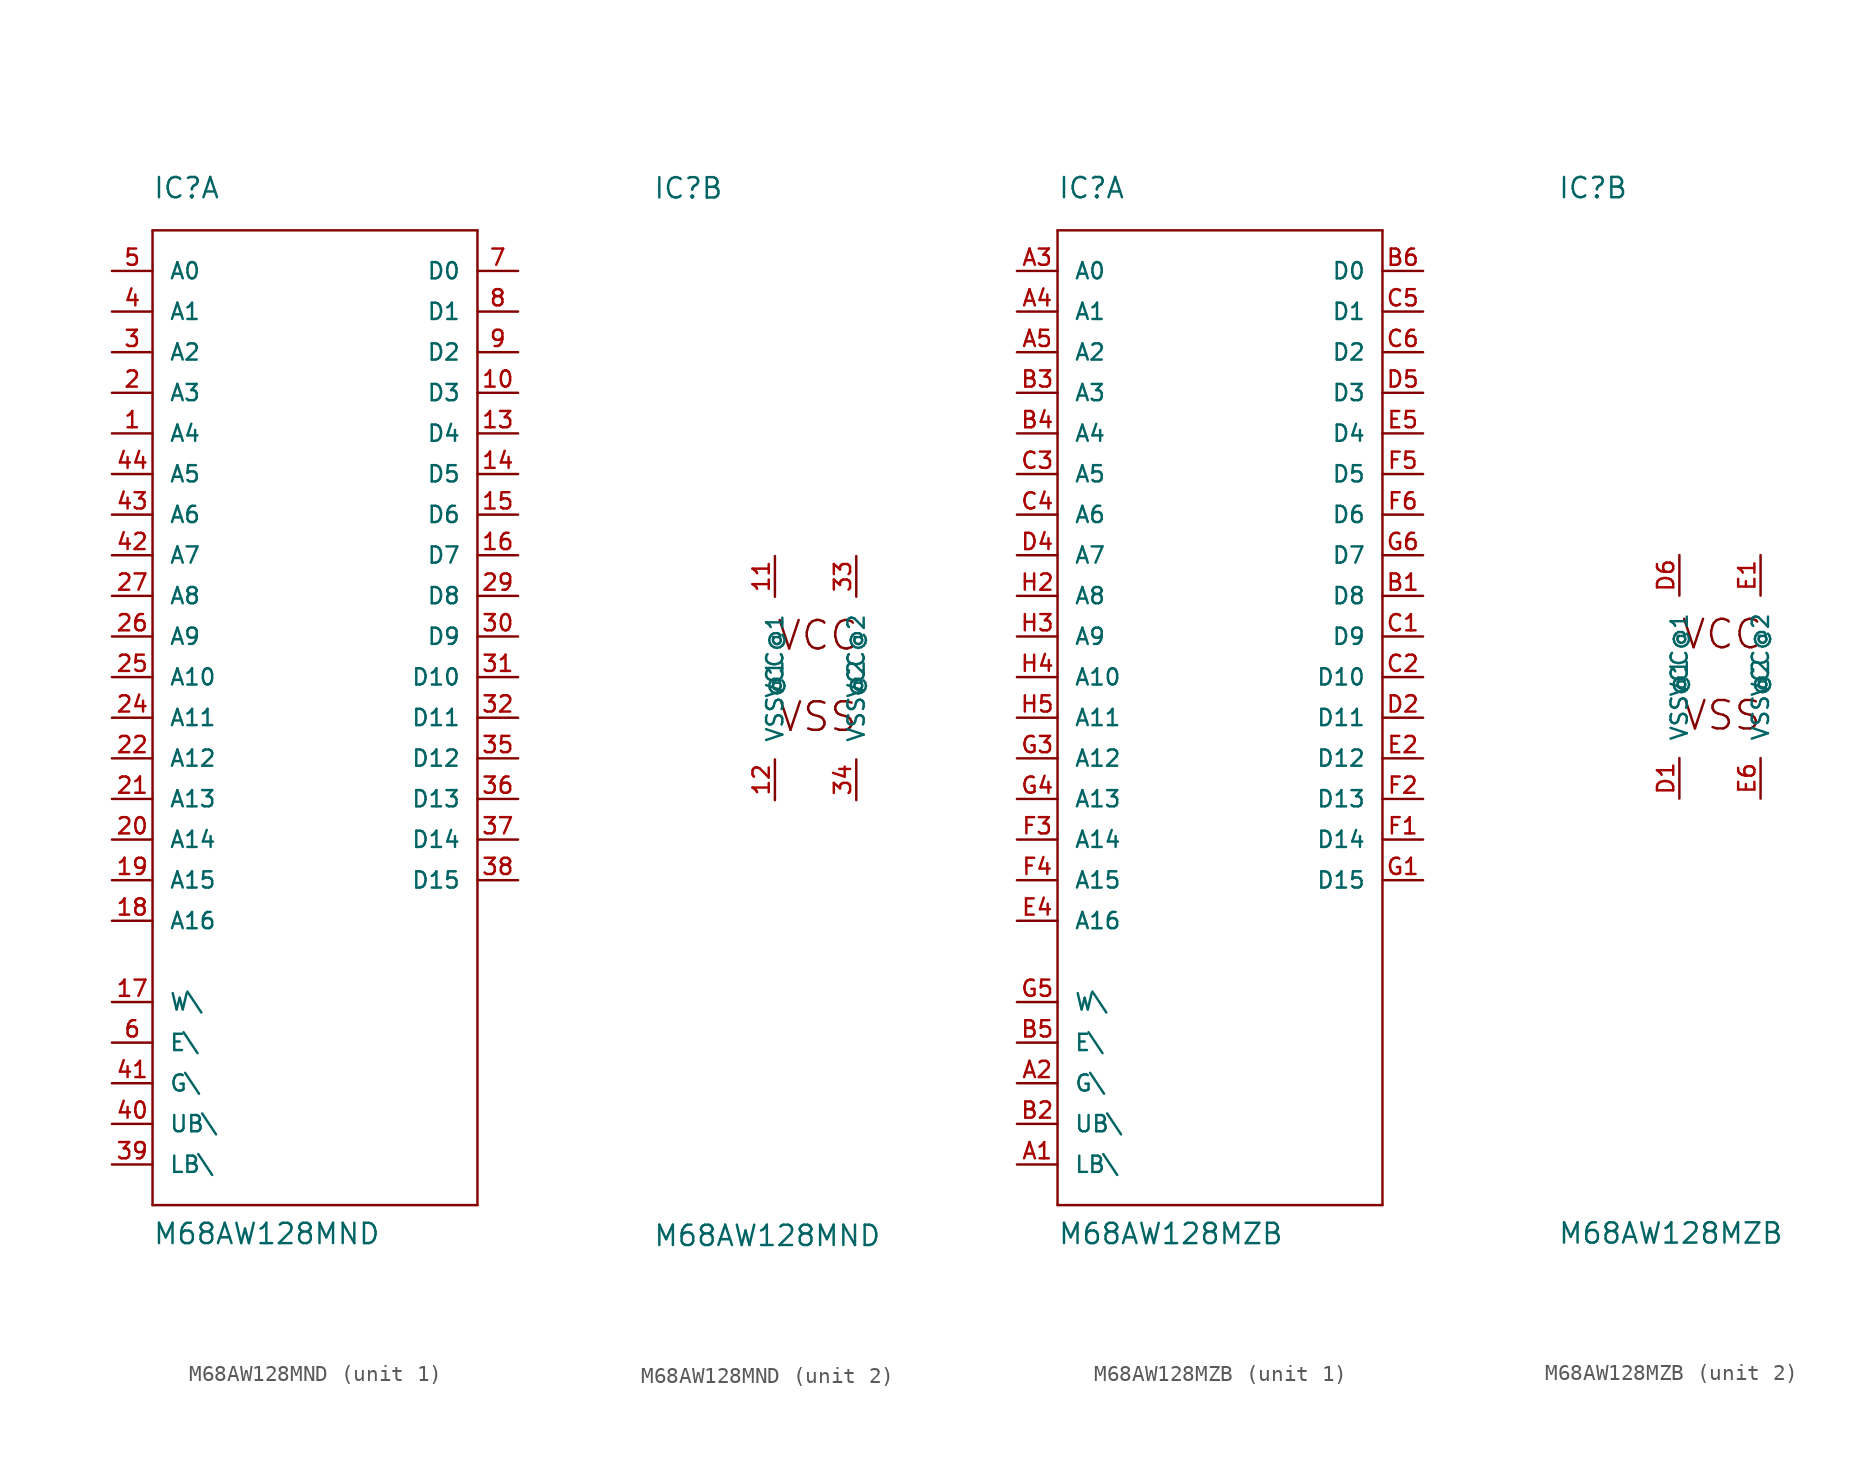
<source format=kicad_sym>
(kicad_symbol_lib
  (version 20211014)
  (generator kicad_symbol_editor)
  (symbol "M68AW128MND"
    (pin_names
      (offset 1.016))
    (property "Reference" "IC"
      (at -10.16 29.845 0)
      (effects (font (size 1.27 1.27)) (justify left bottom)))
    (property "Value" "M68AW128MND"
      (at -10.16 -35.56 0)
      (effects (font (size 1.27 1.27)) (justify left bottom)))
    (property "ki_locked" ""
      (at 0 0 0)
      (effects (font (size 1.27 1.27))))
    (symbol "M68AW128MND_1_0"
      (polyline (pts (xy -10.16 -33.02) (xy 10.16 -33.02)) (stroke (width 0) (type default) (color 0 0 0 0)) (fill (type none)))
      (polyline (pts (xy -10.16 27.94) (xy -10.16 -33.02)) (stroke (width 0) (type default) (color 0 0 0 0)) (fill (type none)))
      (polyline (pts (xy 10.16 -33.02) (xy 10.16 27.94)) (stroke (width 0) (type default) (color 0 0 0 0)) (fill (type none)))
      (polyline (pts (xy 10.16 27.94) (xy -10.16 27.94)) (stroke (width 0) (type default) (color 0 0 0 0)) (fill (type none))))
    (symbol "M68AW128MND_1_1"
      (pin input line (at -12.7 15.24 0) (length 2.54) (name "A4" (effects (font (size 1.016 1.016)))) (number "1" (effects (font (size 1.016 1.016)))))
      (pin tri_state line (at 12.7 17.78 180) (length 2.54) (name "D3" (effects (font (size 1.016 1.016)))) (number "10" (effects (font (size 1.016 1.016)))))
      (pin tri_state line (at 12.7 15.24 180) (length 2.54) (name "D4" (effects (font (size 1.016 1.016)))) (number "13" (effects (font (size 1.016 1.016)))))
      (pin tri_state line (at 12.7 12.7 180) (length 2.54) (name "D5" (effects (font (size 1.016 1.016)))) (number "14" (effects (font (size 1.016 1.016)))))
      (pin tri_state line (at 12.7 10.16 180) (length 2.54) (name "D6" (effects (font (size 1.016 1.016)))) (number "15" (effects (font (size 1.016 1.016)))))
      (pin tri_state line (at 12.7 7.62 180) (length 2.54) (name "D7" (effects (font (size 1.016 1.016)))) (number "16" (effects (font (size 1.016 1.016)))))
      (pin input line (at -12.7 -20.32 0) (length 2.54) (name "W\\" (effects (font (size 1.016 1.016)))) (number "17" (effects (font (size 1.016 1.016)))))
      (pin input line (at -12.7 -15.24 0) (length 2.54) (name "A16" (effects (font (size 1.016 1.016)))) (number "18" (effects (font (size 1.016 1.016)))))
      (pin input line (at -12.7 -12.7 0) (length 2.54) (name "A15" (effects (font (size 1.016 1.016)))) (number "19" (effects (font (size 1.016 1.016)))))
      (pin input line (at -12.7 17.78 0) (length 2.54) (name "A3" (effects (font (size 1.016 1.016)))) (number "2" (effects (font (size 1.016 1.016)))))
      (pin input line (at -12.7 -10.16 0) (length 2.54) (name "A14" (effects (font (size 1.016 1.016)))) (number "20" (effects (font (size 1.016 1.016)))))
      (pin input line (at -12.7 -7.62 0) (length 2.54) (name "A13" (effects (font (size 1.016 1.016)))) (number "21" (effects (font (size 1.016 1.016)))))
      (pin input line (at -12.7 -5.08 0) (length 2.54) (name "A12" (effects (font (size 1.016 1.016)))) (number "22" (effects (font (size 1.016 1.016)))))
      (pin input line (at -12.7 -2.54 0) (length 2.54) (name "A11" (effects (font (size 1.016 1.016)))) (number "24" (effects (font (size 1.016 1.016)))))
      (pin input line (at -12.7 0 0) (length 2.54) (name "A10" (effects (font (size 1.016 1.016)))) (number "25" (effects (font (size 1.016 1.016)))))
      (pin input line (at -12.7 2.54 0) (length 2.54) (name "A9" (effects (font (size 1.016 1.016)))) (number "26" (effects (font (size 1.016 1.016)))))
      (pin input line (at -12.7 5.08 0) (length 2.54) (name "A8" (effects (font (size 1.016 1.016)))) (number "27" (effects (font (size 1.016 1.016)))))
      (pin tri_state line (at 12.7 5.08 180) (length 2.54) (name "D8" (effects (font (size 1.016 1.016)))) (number "29" (effects (font (size 1.016 1.016)))))
      (pin input line (at -12.7 20.32 0) (length 2.54) (name "A2" (effects (font (size 1.016 1.016)))) (number "3" (effects (font (size 1.016 1.016)))))
      (pin tri_state line (at 12.7 2.54 180) (length 2.54) (name "D9" (effects (font (size 1.016 1.016)))) (number "30" (effects (font (size 1.016 1.016)))))
      (pin tri_state line (at 12.7 0 180) (length 2.54) (name "D10" (effects (font (size 1.016 1.016)))) (number "31" (effects (font (size 1.016 1.016)))))
      (pin tri_state line (at 12.7 -2.54 180) (length 2.54) (name "D11" (effects (font (size 1.016 1.016)))) (number "32" (effects (font (size 1.016 1.016)))))
      (pin tri_state line (at 12.7 -5.08 180) (length 2.54) (name "D12" (effects (font (size 1.016 1.016)))) (number "35" (effects (font (size 1.016 1.016)))))
      (pin tri_state line (at 12.7 -7.62 180) (length 2.54) (name "D13" (effects (font (size 1.016 1.016)))) (number "36" (effects (font (size 1.016 1.016)))))
      (pin tri_state line (at 12.7 -10.16 180) (length 2.54) (name "D14" (effects (font (size 1.016 1.016)))) (number "37" (effects (font (size 1.016 1.016)))))
      (pin tri_state line (at 12.7 -12.7 180) (length 2.54) (name "D15" (effects (font (size 1.016 1.016)))) (number "38" (effects (font (size 1.016 1.016)))))
      (pin input line (at -12.7 -30.48 0) (length 2.54) (name "LB\\" (effects (font (size 1.016 1.016)))) (number "39" (effects (font (size 1.016 1.016)))))
      (pin input line (at -12.7 22.86 0) (length 2.54) (name "A1" (effects (font (size 1.016 1.016)))) (number "4" (effects (font (size 1.016 1.016)))))
      (pin input line (at -12.7 -27.94 0) (length 2.54) (name "UB\\" (effects (font (size 1.016 1.016)))) (number "40" (effects (font (size 1.016 1.016)))))
      (pin input line (at -12.7 -25.4 0) (length 2.54) (name "G\\" (effects (font (size 1.016 1.016)))) (number "41" (effects (font (size 1.016 1.016)))))
      (pin input line (at -12.7 7.62 0) (length 2.54) (name "A7" (effects (font (size 1.016 1.016)))) (number "42" (effects (font (size 1.016 1.016)))))
      (pin input line (at -12.7 10.16 0) (length 2.54) (name "A6" (effects (font (size 1.016 1.016)))) (number "43" (effects (font (size 1.016 1.016)))))
      (pin input line (at -12.7 12.7 0) (length 2.54) (name "A5" (effects (font (size 1.016 1.016)))) (number "44" (effects (font (size 1.016 1.016)))))
      (pin input line (at -12.7 25.4 0) (length 2.54) (name "A0" (effects (font (size 1.016 1.016)))) (number "5" (effects (font (size 1.016 1.016)))))
      (pin input line (at -12.7 -22.86 0) (length 2.54) (name "E\\" (effects (font (size 1.016 1.016)))) (number "6" (effects (font (size 1.016 1.016)))))
      (pin tri_state line (at 12.7 25.4 180) (length 2.54) (name "D0" (effects (font (size 1.016 1.016)))) (number "7" (effects (font (size 1.016 1.016)))))
      (pin tri_state line (at 12.7 22.86 180) (length 2.54) (name "D1" (effects (font (size 1.016 1.016)))) (number "8" (effects (font (size 1.016 1.016)))))
      (pin tri_state line (at 12.7 20.32 180) (length 2.54) (name "D2" (effects (font (size 1.016 1.016)))) (number "9" (effects (font (size 1.016 1.016))))))
    (symbol "M68AW128MND_2_0"
      (text "VCC" (at 0.127 2.667 0) (effects (font (size 1.778 1.778))))
      (text "VSS" (at 0.127 -2.413 0) (effects (font (size 1.778 1.778)))))
    (symbol "M68AW128MND_2_1"
      (pin power_in line (at -2.54 7.62 270) (length 2.54) (name "VCC@1" (effects (font (size 1.016 1.016)))) (number "11" (effects (font (size 1.016 1.016)))))
      (pin power_in line (at -2.54 -7.62 90) (length 2.54) (name "VSS@1" (effects (font (size 1.016 1.016)))) (number "12" (effects (font (size 1.016 1.016)))))
      (pin power_in line (at 2.54 7.62 270) (length 2.54) (name "VCC@2" (effects (font (size 1.016 1.016)))) (number "33" (effects (font (size 1.016 1.016)))))
      (pin power_in line (at 2.54 -7.62 90) (length 2.54) (name "VSS@2" (effects (font (size 1.016 1.016)))) (number "34" (effects (font (size 1.016 1.016)))))))
  (symbol "M68AW128MZB"
    (pin_names
      (offset 1.016))
    (property "Reference" "IC"
      (at -10.16 29.845 0)
      (effects (font (size 1.27 1.27)) (justify left bottom)))
    (property "Value" "M68AW128MZB"
      (at -10.16 -35.56 0)
      (effects (font (size 1.27 1.27)) (justify left bottom)))
    (property "ki_locked" ""
      (at 0 0 0)
      (effects (font (size 1.27 1.27))))
    (symbol "M68AW128MZB_1_0"
      (polyline (pts (xy -10.16 -33.02) (xy 10.16 -33.02)) (stroke (width 0) (type default) (color 0 0 0 0)) (fill (type none)))
      (polyline (pts (xy -10.16 27.94) (xy -10.16 -33.02)) (stroke (width 0) (type default) (color 0 0 0 0)) (fill (type none)))
      (polyline (pts (xy 10.16 -33.02) (xy 10.16 27.94)) (stroke (width 0) (type default) (color 0 0 0 0)) (fill (type none)))
      (polyline (pts (xy 10.16 27.94) (xy -10.16 27.94)) (stroke (width 0) (type default) (color 0 0 0 0)) (fill (type none))))
    (symbol "M68AW128MZB_1_1"
      (pin input line (at -12.7 -30.48 0) (length 2.54) (name "LB\\" (effects (font (size 1.016 1.016)))) (number "A1" (effects (font (size 1.016 1.016)))))
      (pin input line (at -12.7 -25.4 0) (length 2.54) (name "G\\" (effects (font (size 1.016 1.016)))) (number "A2" (effects (font (size 1.016 1.016)))))
      (pin input line (at -12.7 25.4 0) (length 2.54) (name "A0" (effects (font (size 1.016 1.016)))) (number "A3" (effects (font (size 1.016 1.016)))))
      (pin input line (at -12.7 22.86 0) (length 2.54) (name "A1" (effects (font (size 1.016 1.016)))) (number "A4" (effects (font (size 1.016 1.016)))))
      (pin input line (at -12.7 20.32 0) (length 2.54) (name "A2" (effects (font (size 1.016 1.016)))) (number "A5" (effects (font (size 1.016 1.016)))))
      (pin tri_state line (at 12.7 5.08 180) (length 2.54) (name "D8" (effects (font (size 1.016 1.016)))) (number "B1" (effects (font (size 1.016 1.016)))))
      (pin input line (at -12.7 -27.94 0) (length 2.54) (name "UB\\" (effects (font (size 1.016 1.016)))) (number "B2" (effects (font (size 1.016 1.016)))))
      (pin input line (at -12.7 17.78 0) (length 2.54) (name "A3" (effects (font (size 1.016 1.016)))) (number "B3" (effects (font (size 1.016 1.016)))))
      (pin input line (at -12.7 15.24 0) (length 2.54) (name "A4" (effects (font (size 1.016 1.016)))) (number "B4" (effects (font (size 1.016 1.016)))))
      (pin input line (at -12.7 -22.86 0) (length 2.54) (name "E\\" (effects (font (size 1.016 1.016)))) (number "B5" (effects (font (size 1.016 1.016)))))
      (pin tri_state line (at 12.7 25.4 180) (length 2.54) (name "D0" (effects (font (size 1.016 1.016)))) (number "B6" (effects (font (size 1.016 1.016)))))
      (pin tri_state line (at 12.7 2.54 180) (length 2.54) (name "D9" (effects (font (size 1.016 1.016)))) (number "C1" (effects (font (size 1.016 1.016)))))
      (pin tri_state line (at 12.7 0 180) (length 2.54) (name "D10" (effects (font (size 1.016 1.016)))) (number "C2" (effects (font (size 1.016 1.016)))))
      (pin input line (at -12.7 12.7 0) (length 2.54) (name "A5" (effects (font (size 1.016 1.016)))) (number "C3" (effects (font (size 1.016 1.016)))))
      (pin input line (at -12.7 10.16 0) (length 2.54) (name "A6" (effects (font (size 1.016 1.016)))) (number "C4" (effects (font (size 1.016 1.016)))))
      (pin tri_state line (at 12.7 22.86 180) (length 2.54) (name "D1" (effects (font (size 1.016 1.016)))) (number "C5" (effects (font (size 1.016 1.016)))))
      (pin tri_state line (at 12.7 20.32 180) (length 2.54) (name "D2" (effects (font (size 1.016 1.016)))) (number "C6" (effects (font (size 1.016 1.016)))))
      (pin tri_state line (at 12.7 -2.54 180) (length 2.54) (name "D11" (effects (font (size 1.016 1.016)))) (number "D2" (effects (font (size 1.016 1.016)))))
      (pin input line (at -12.7 7.62 0) (length 2.54) (name "A7" (effects (font (size 1.016 1.016)))) (number "D4" (effects (font (size 1.016 1.016)))))
      (pin tri_state line (at 12.7 17.78 180) (length 2.54) (name "D3" (effects (font (size 1.016 1.016)))) (number "D5" (effects (font (size 1.016 1.016)))))
      (pin tri_state line (at 12.7 -5.08 180) (length 2.54) (name "D12" (effects (font (size 1.016 1.016)))) (number "E2" (effects (font (size 1.016 1.016)))))
      (pin input line (at -12.7 -15.24 0) (length 2.54) (name "A16" (effects (font (size 1.016 1.016)))) (number "E4" (effects (font (size 1.016 1.016)))))
      (pin tri_state line (at 12.7 15.24 180) (length 2.54) (name "D4" (effects (font (size 1.016 1.016)))) (number "E5" (effects (font (size 1.016 1.016)))))
      (pin tri_state line (at 12.7 -10.16 180) (length 2.54) (name "D14" (effects (font (size 1.016 1.016)))) (number "F1" (effects (font (size 1.016 1.016)))))
      (pin tri_state line (at 12.7 -7.62 180) (length 2.54) (name "D13" (effects (font (size 1.016 1.016)))) (number "F2" (effects (font (size 1.016 1.016)))))
      (pin input line (at -12.7 -10.16 0) (length 2.54) (name "A14" (effects (font (size 1.016 1.016)))) (number "F3" (effects (font (size 1.016 1.016)))))
      (pin input line (at -12.7 -12.7 0) (length 2.54) (name "A15" (effects (font (size 1.016 1.016)))) (number "F4" (effects (font (size 1.016 1.016)))))
      (pin tri_state line (at 12.7 12.7 180) (length 2.54) (name "D5" (effects (font (size 1.016 1.016)))) (number "F5" (effects (font (size 1.016 1.016)))))
      (pin tri_state line (at 12.7 10.16 180) (length 2.54) (name "D6" (effects (font (size 1.016 1.016)))) (number "F6" (effects (font (size 1.016 1.016)))))
      (pin tri_state line (at 12.7 -12.7 180) (length 2.54) (name "D15" (effects (font (size 1.016 1.016)))) (number "G1" (effects (font (size 1.016 1.016)))))
      (pin input line (at -12.7 -5.08 0) (length 2.54) (name "A12" (effects (font (size 1.016 1.016)))) (number "G3" (effects (font (size 1.016 1.016)))))
      (pin input line (at -12.7 -7.62 0) (length 2.54) (name "A13" (effects (font (size 1.016 1.016)))) (number "G4" (effects (font (size 1.016 1.016)))))
      (pin input line (at -12.7 -20.32 0) (length 2.54) (name "W\\" (effects (font (size 1.016 1.016)))) (number "G5" (effects (font (size 1.016 1.016)))))
      (pin tri_state line (at 12.7 7.62 180) (length 2.54) (name "D7" (effects (font (size 1.016 1.016)))) (number "G6" (effects (font (size 1.016 1.016)))))
      (pin input line (at -12.7 5.08 0) (length 2.54) (name "A8" (effects (font (size 1.016 1.016)))) (number "H2" (effects (font (size 1.016 1.016)))))
      (pin input line (at -12.7 2.54 0) (length 2.54) (name "A9" (effects (font (size 1.016 1.016)))) (number "H3" (effects (font (size 1.016 1.016)))))
      (pin input line (at -12.7 0 0) (length 2.54) (name "A10" (effects (font (size 1.016 1.016)))) (number "H4" (effects (font (size 1.016 1.016)))))
      (pin input line (at -12.7 -2.54 0) (length 2.54) (name "A11" (effects (font (size 1.016 1.016)))) (number "H5" (effects (font (size 1.016 1.016))))))
    (symbol "M68AW128MZB_2_0"
      (text "VCC" (at 0.127 2.667 0) (effects (font (size 1.778 1.778))))
      (text "VSS" (at 0.127 -2.413 0) (effects (font (size 1.778 1.778)))))
    (symbol "M68AW128MZB_2_1"
      (pin power_in line (at -2.54 -7.62 90) (length 2.54) (name "VSS@1" (effects (font (size 1.016 1.016)))) (number "D1" (effects (font (size 1.016 1.016)))))
      (pin power_in line (at -2.54 7.62 270) (length 2.54) (name "VCC@1" (effects (font (size 1.016 1.016)))) (number "D6" (effects (font (size 1.016 1.016)))))
      (pin power_in line (at 2.54 7.62 270) (length 2.54) (name "VCC@2" (effects (font (size 1.016 1.016)))) (number "E1" (effects (font (size 1.016 1.016)))))
      (pin power_in line (at 2.54 -7.62 90) (length 2.54) (name "VSS@2" (effects (font (size 1.016 1.016)))) (number "E6" (effects (font (size 1.016 1.016))))))))
</source>
